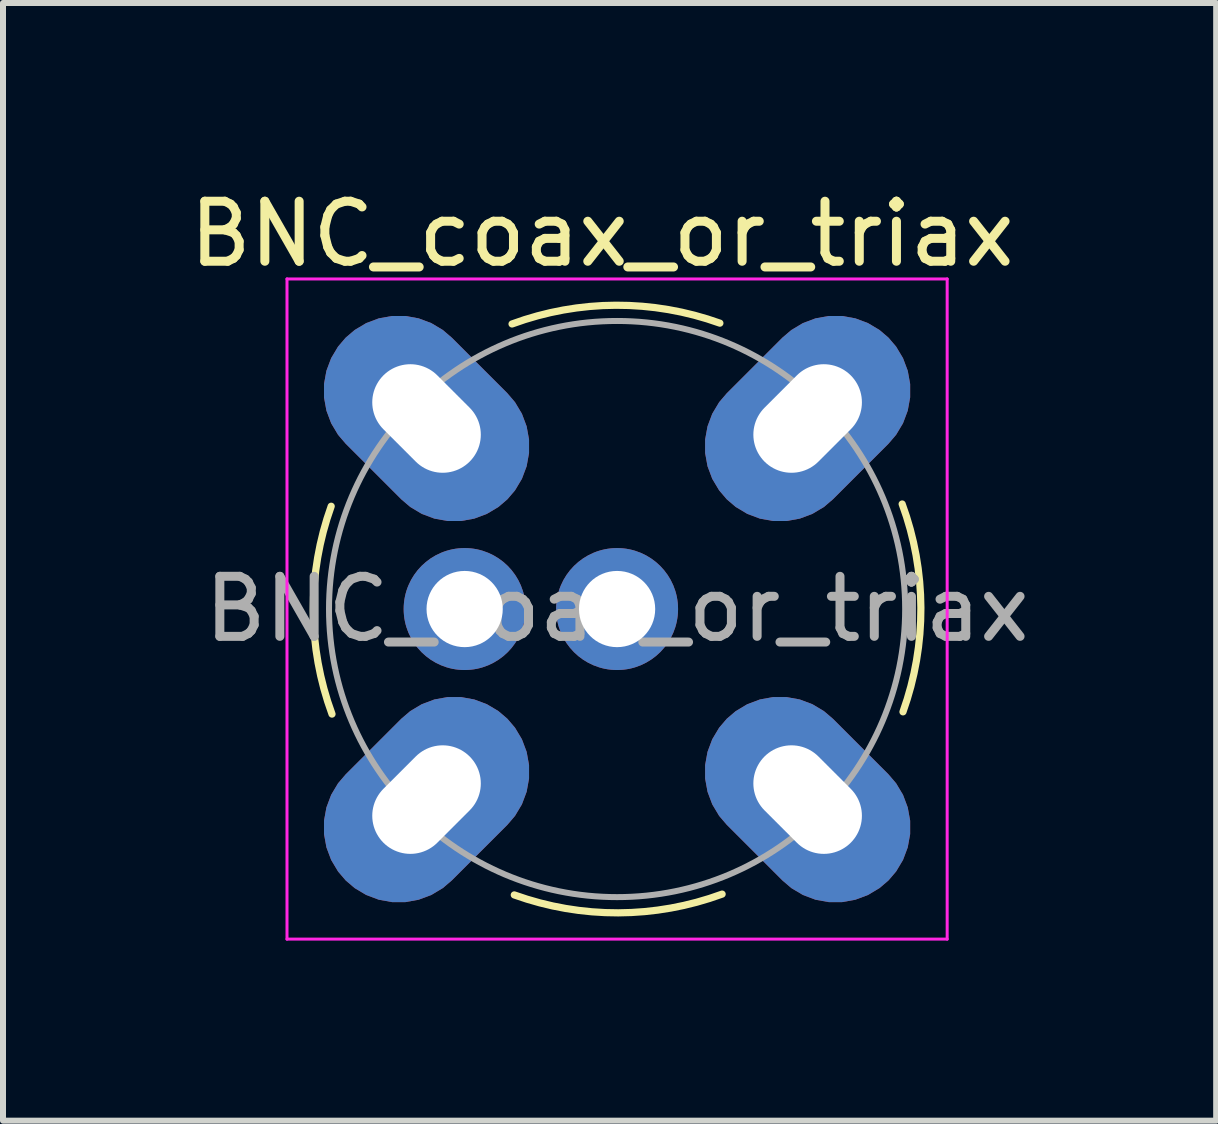
<source format=kicad_pcb>
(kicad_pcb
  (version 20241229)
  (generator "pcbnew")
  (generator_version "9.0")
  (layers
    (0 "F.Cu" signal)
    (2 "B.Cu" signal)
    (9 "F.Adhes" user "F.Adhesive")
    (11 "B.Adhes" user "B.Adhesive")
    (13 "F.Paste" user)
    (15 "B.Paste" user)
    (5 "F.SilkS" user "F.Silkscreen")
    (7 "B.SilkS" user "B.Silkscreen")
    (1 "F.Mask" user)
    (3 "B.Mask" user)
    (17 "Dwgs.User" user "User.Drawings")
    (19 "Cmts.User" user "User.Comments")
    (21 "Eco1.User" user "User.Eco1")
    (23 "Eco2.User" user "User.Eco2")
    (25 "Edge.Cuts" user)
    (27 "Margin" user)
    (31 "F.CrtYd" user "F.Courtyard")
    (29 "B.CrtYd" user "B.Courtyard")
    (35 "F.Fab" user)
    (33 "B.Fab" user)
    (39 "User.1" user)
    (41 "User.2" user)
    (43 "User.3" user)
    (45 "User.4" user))
  (footprint "BNC_coax_or_triax"
    (layer "F.Cu")
    (at 7.232 7.098)
    (property "Reference" "BNC_coax_or_triax" (at -0.25 -6.25 0) (layer "F.SilkS") (effects (font (size 1 1) (thickness 0.15))))
    (attr through_hole)
    (fp_arc (start -4.75 1.75) (mid -5.062075 0.019867) (end -4.763589 -1.712663) (stroke (width 0.12) (type solid)) (layer "F.SilkS"))
    (fp_arc (start -1.75 -4.75) (mid -0.019867 -5.062075) (end 1.712663 -4.763589) (stroke (width 0.12) (type solid)) (layer "F.SilkS"))
    (fp_arc (start 1.75 4.75) (mid 0.019867 5.062075) (end -1.712663 4.763589) (stroke (width 0.12) (type solid)) (layer "F.SilkS"))
    (fp_arc (start 4.75 -1.75) (mid 5.062075 -0.019867) (end 4.763589 1.712663) (stroke (width 0.12) (type solid)) (layer "F.SilkS"))
    (fp_line (start -5.5 -5.5) (end 5.5 -5.5) (stroke (width 0.05) (type solid)) (layer "F.CrtYd"))
    (fp_line (start -5.5 5.5) (end -5.5 -5.5) (stroke (width 0.05) (type solid)) (layer "F.CrtYd"))
    (fp_line (start 5.5 -5.5) (end 5.5 5.5) (stroke (width 0.05) (type solid)) (layer "F.CrtYd"))
    (fp_line (start 5.5 5.5) (end -5.5 5.5) (stroke (width 0.05) (type solid)) (layer "F.CrtYd"))
    (fp_circle (center 0 0) (end 4.8 0) (stroke (width 0.1) (type solid)) (fill no) (layer "F.Fab"))
    (fp_text user "${REFERENCE}" (at 0 0 0) (layer "F.Fab") (effects (font (size 1 1) (thickness 0.15))))
    (pad "1" thru_hole circle (at 0 0) (size 2.032 2.032) (drill 1.27) (layers "*.Cu" "*.Mask"))
    (pad "2" thru_hole roundrect (at -3.175 -3.175 45) (size 2.5 3.81) (drill oval 1.27 2.032) (layers "*.Cu" "*.Mask") (roundrect_rratio 0.5))
    (pad "2" thru_hole roundrect (at -3.175 3.175 135) (size 2.5 3.81) (drill oval 1.27 2.032) (layers "*.Cu" "*.Mask") (roundrect_rratio 0.5))
    (pad "2" thru_hole roundrect (at 3.175 -3.175 135) (size 2.5 3.81) (drill oval 1.27 2.032) (layers "*.Cu" "*.Mask") (roundrect_rratio 0.5))
    (pad "2" thru_hole roundrect (at 3.175 3.175 45) (size 2.5 3.81) (drill oval 1.27 2.032) (layers "*.Cu" "*.Mask") (roundrect_rratio 0.5))
    (pad "3" thru_hole circle (at -2.54 0) (size 2.032 2.032) (drill 1.27) (layers "*.Cu" "*.Mask")))
  (gr_rect
    (start -3 -3)
    (end 17.214 15.623)
    (stroke (width 0.1) (type default))
    (fill no)
    (layer "Edge.Cuts")))
</source>
